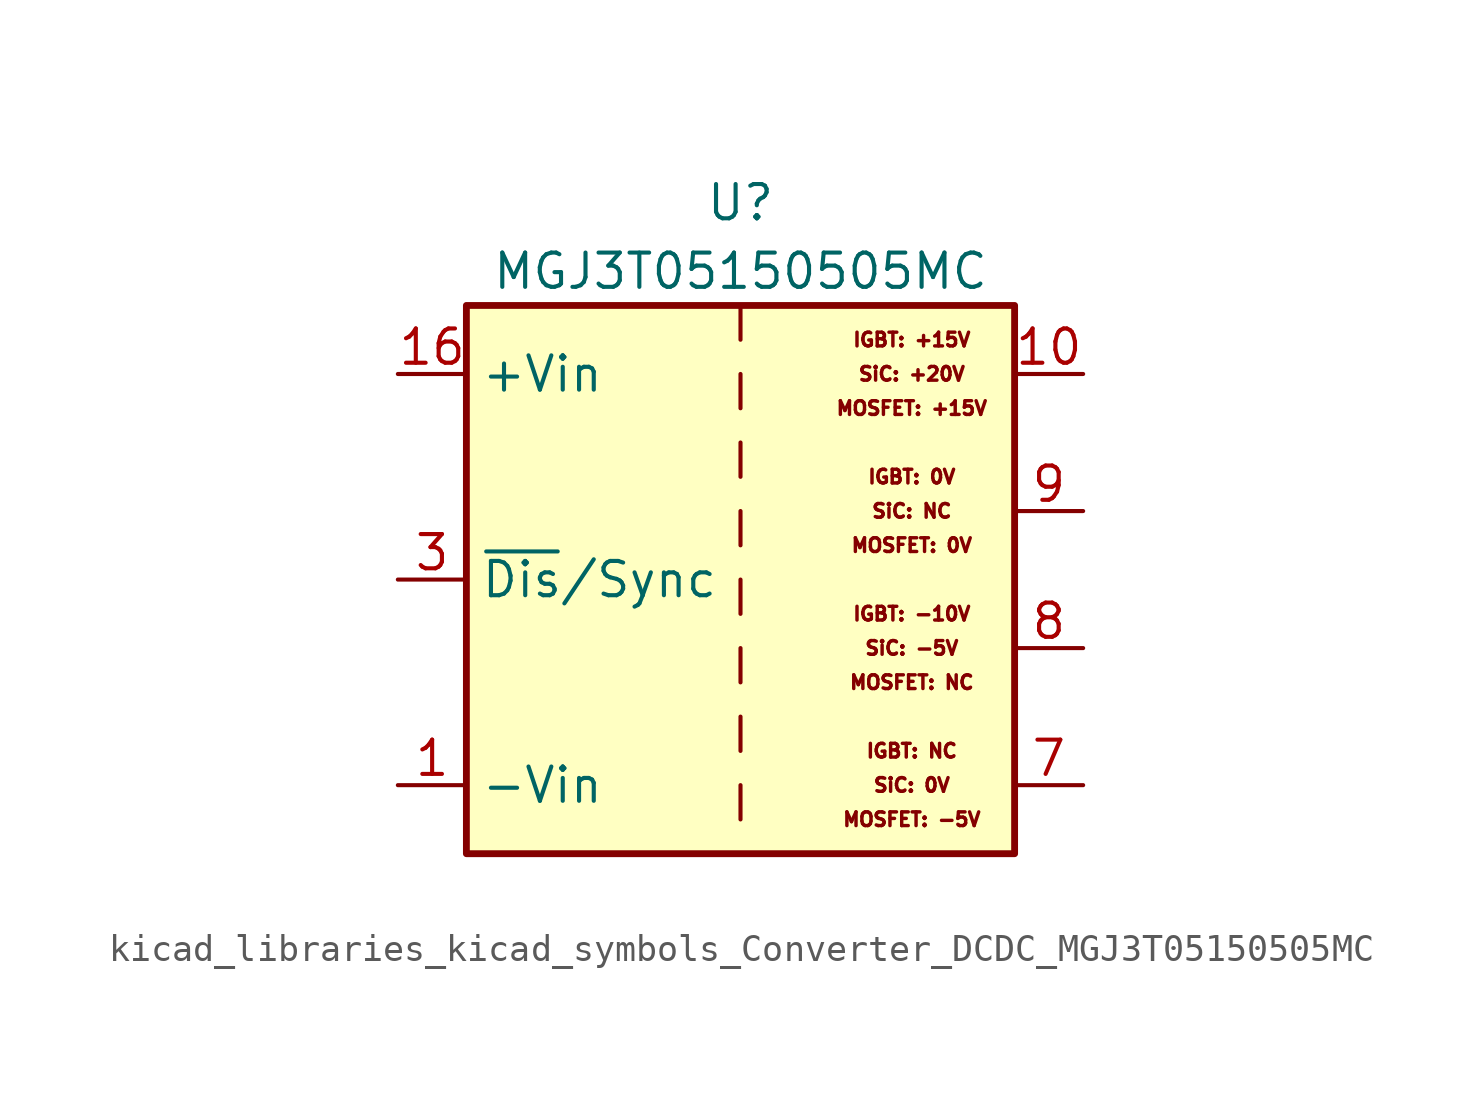
<source format=kicad_sym>
(kicad_symbol_lib
  (version 20220914)
  (generator kicad_symbol_editor)
  (symbol "kicad_libraries_kicad_symbols_Converter_DCDC_MGJ3T05150505MC"
    (property "Reference" "U"
      (at 0 13.97 0)
      (effects (font (size 1.27 1.27))))
    (property "Value" "MGJ3T05150505MC"
      (at 0 11.43 0)
      (effects (font (size 1.27 1.27))))
    (symbol "kicad_libraries_kicad_symbols_Converter_DCDC_MGJ3T05150505MC_0_0"
      (text "IGBT: +15V" (at 6.35 8.89 0) (effects (font (size 0.508 0.508))))
      (text "IGBT: -10V" (at 6.35 -1.27 0) (effects (font (size 0.508 0.508))))
      (text "IGBT: 0V" (at 6.35 3.81 0) (effects (font (size 0.508 0.508))))
      (text "IGBT: NC" (at 6.35 -6.35 0) (effects (font (size 0.508 0.508))))
      (text "MOSFET: +15V" (at 6.35 6.35 0) (effects (font (size 0.508 0.508))))
      (text "MOSFET: -5V" (at 6.35 -8.89 0) (effects (font (size 0.508 0.508))))
      (text "MOSFET: 0V" (at 6.35 1.27 0) (effects (font (size 0.508 0.508))))
      (text "MOSFET: NC" (at 6.35 -3.81 0) (effects (font (size 0.508 0.508))))
      (text "SiC: +20V" (at 6.35 7.62 0) (effects (font (size 0.508 0.508))))
      (text "SiC: -5V" (at 6.35 -2.54 0) (effects (font (size 0.508 0.508))))
      (text "SiC: 0V" (at 6.35 -7.62 0) (effects (font (size 0.508 0.508))))
      (text "SiC: NC" (at 6.35 2.54 0) (effects (font (size 0.508 0.508)))))
    (symbol "kicad_libraries_kicad_symbols_Converter_DCDC_MGJ3T05150505MC_0_1"
      (rectangle (start -10.16 10.16) (end 10.16 -10.16) (stroke (width 0.254) (type default)) (fill (type background)))
      (polyline (pts (xy 0 -7.62) (xy 0 -8.89)) (stroke (width 0) (type default)) (fill (type none)))
      (polyline (pts (xy 0 -5.08) (xy 0 -6.35)) (stroke (width 0) (type default)) (fill (type none)))
      (polyline (pts (xy 0 -2.54) (xy 0 -3.81)) (stroke (width 0) (type default)) (fill (type none)))
      (polyline (pts (xy 0 0) (xy 0 -1.27)) (stroke (width 0) (type default)) (fill (type none)))
      (polyline (pts (xy 0 2.54) (xy 0 1.27)) (stroke (width 0) (type default)) (fill (type none)))
      (polyline (pts (xy 0 5.08) (xy 0 3.81)) (stroke (width 0) (type default)) (fill (type none)))
      (polyline (pts (xy 0 7.62) (xy 0 6.35)) (stroke (width 0) (type default)) (fill (type none)))
      (polyline (pts (xy 0 10.16) (xy 0 8.89)) (stroke (width 0) (type default)) (fill (type none))))
    (symbol "kicad_libraries_kicad_symbols_Converter_DCDC_MGJ3T05150505MC_1_1"
      (pin power_in line (at -12.7 -7.62 0) (length 2.54) (name "-Vin" (effects (font (size 1.27 1.27)))) (number "1" (effects (font (size 1.27 1.27)))))
      (pin power_out line (at 12.7 7.62 180) (length 2.54) (name "~" (effects (font (size 1.27 1.27)))) (number "10" (effects (font (size 1.27 1.27)))))
      (pin power_in line (at -12.7 7.62 0) (length 2.54) (name "+Vin" (effects (font (size 1.27 1.27)))) (number "16" (effects (font (size 1.27 1.27)))))
      (pin input line (at -12.7 0 0) (length 2.54) (name "~{Dis}/Sync" (effects (font (size 1.27 1.27)))) (number "3" (effects (font (size 1.27 1.27)))))
      (pin power_out line (at 12.7 -7.62 180) (length 2.54) (name "~" (effects (font (size 1.27 1.27)))) (number "7" (effects (font (size 1.27 1.27)))))
      (pin power_out line (at 12.7 -2.54 180) (length 2.54) (name "~" (effects (font (size 1.27 1.27)))) (number "8" (effects (font (size 1.27 1.27)))))
      (pin power_out line (at 12.7 2.54 180) (length 2.54) (name "~" (effects (font (size 1.27 1.27)))) (number "9" (effects (font (size 1.27 1.27))))))))
</source>
